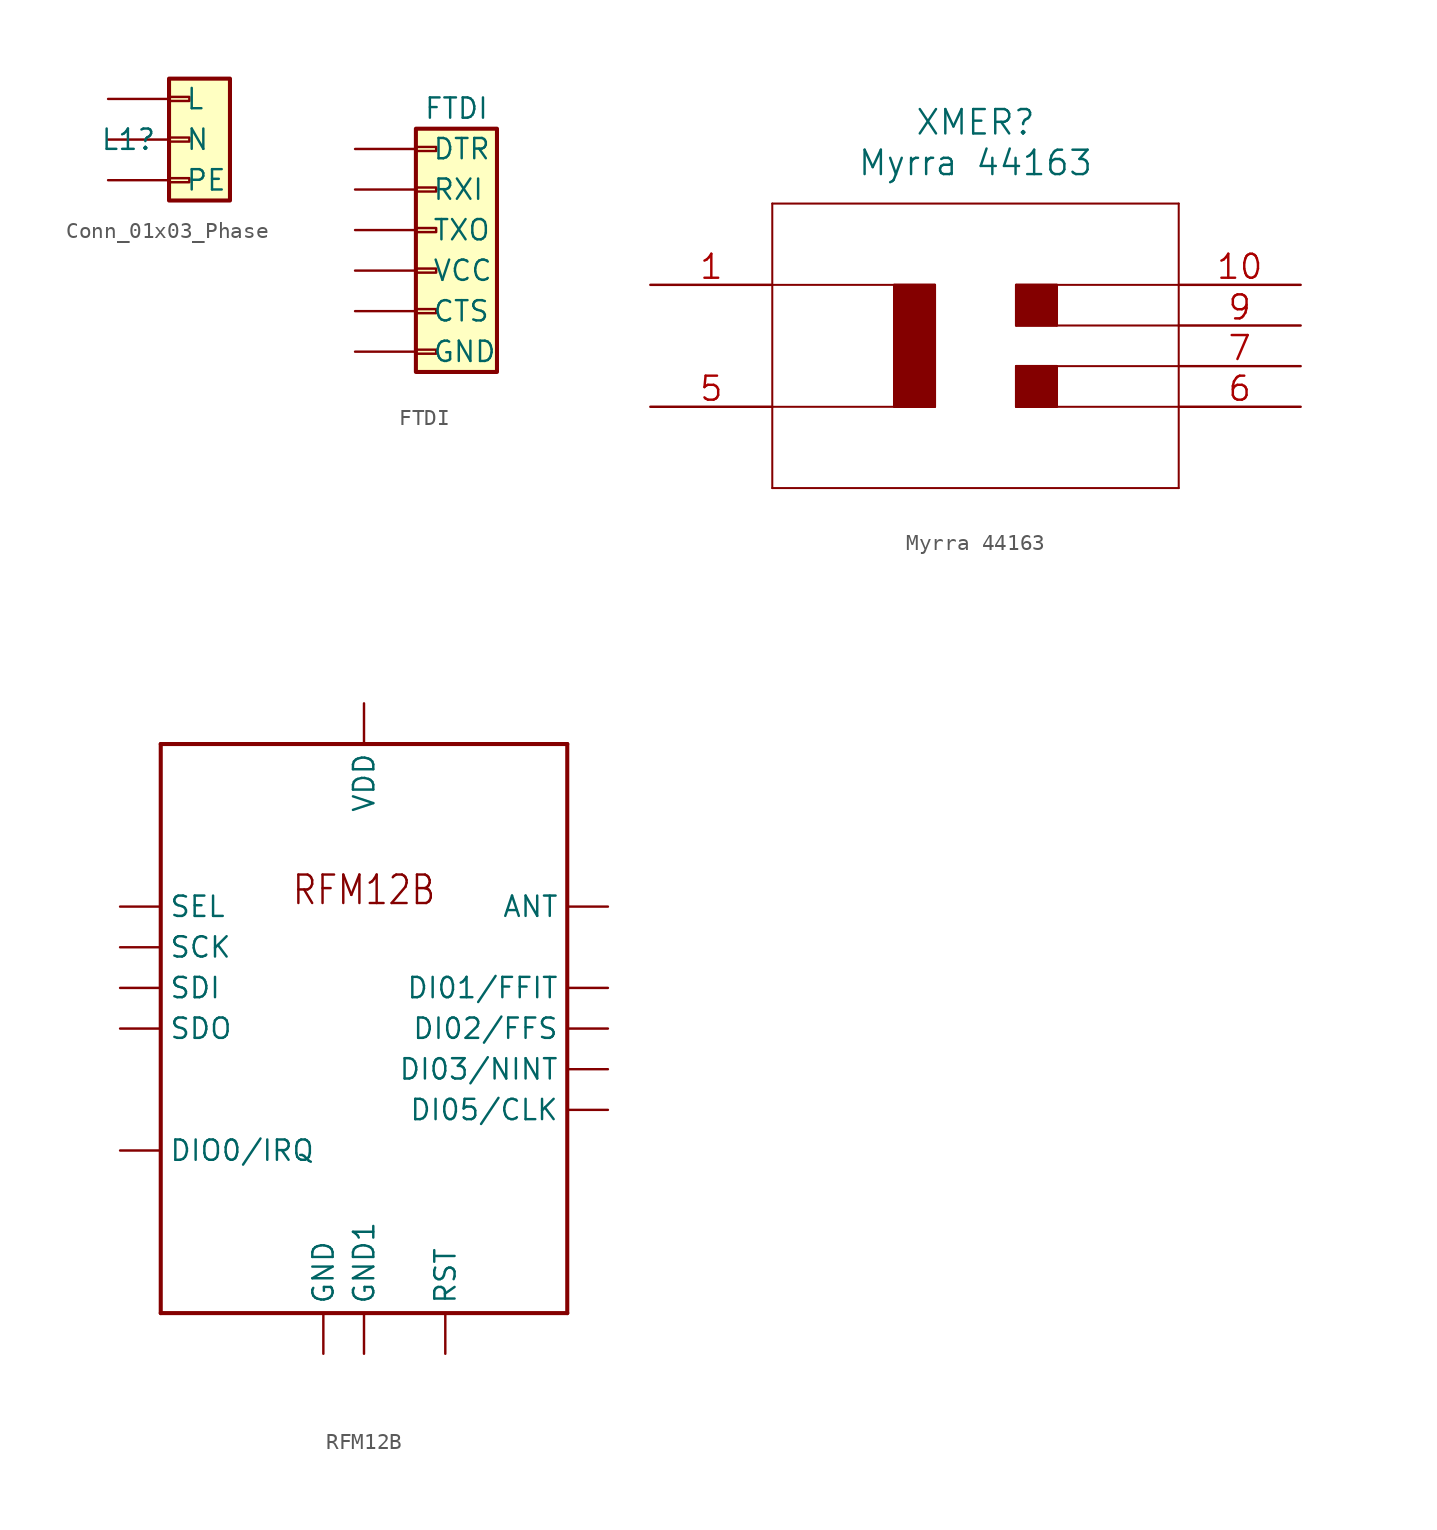
<source format=kicad_sym>
(kicad_symbol_lib
  (version 20211014)
  (generator kicad_symbol_editor)
  (symbol "Conn_01x03_Phase"
    (pin_numbers hide)
    (pin_names
      (offset 1.016))
    (property "Reference" "L1"
      (at -3.81 0 0)
      (effects (font (size 1.27 1.27))))
    (symbol "Conn_01x03_Phase_1_1"
      (rectangle (start -1.27 -2.413) (end 0 -2.667) (stroke (width 0.152) (type default) (color 0 0 0 0)) (fill (type none)))
      (rectangle (start -1.27 0.127) (end 0 -0.127) (stroke (width 0.152) (type default) (color 0 0 0 0)) (fill (type none)))
      (rectangle (start -1.27 2.667) (end 0 2.413) (stroke (width 0.152) (type default) (color 0 0 0 0)) (fill (type none)))
      (rectangle (start -1.27 3.81) (end 2.54 -3.81) (stroke (width 0.254) (type default) (color 0 0 0 0)) (fill (type background)))
      (pin passive line (at -5.08 -2.54 0) (length 3.81) (name "PE" (effects (font (size 1.27 1.27)))) (number "1" (effects (font (size 1.27 1.27)))))
      (pin power_out line (at -5.08 0 0) (length 3.81) (name "N" (effects (font (size 1.27 1.27)))) (number "2" (effects (font (size 1.27 1.27)))))
      (pin power_out line (at -5.08 2.54 0) (length 3.81) (name "L" (effects (font (size 1.27 1.27)))) (number "3" (effects (font (size 1.27 1.27)))))))
  (symbol "FTDI"
    (pin_numbers hide)
    (pin_names
      (offset 1.016))
    (property "Reference" "J"
      (at 0 7.62 0)
      (effects (font (size 1.27 1.27)) hide))
    (property "Value" "FTDI"
      (at 0 7.62 0)
      (effects (font (size 1.27 1.27))))
    (symbol "FTDI_1_1"
      (rectangle (start -2.54 -7.493) (end -1.27 -7.747) (stroke (width 0.152) (type default) (color 0 0 0 0)) (fill (type none)))
      (rectangle (start -2.54 -4.953) (end -1.27 -5.207) (stroke (width 0.152) (type default) (color 0 0 0 0)) (fill (type none)))
      (rectangle (start -2.54 -2.413) (end -1.27 -2.667) (stroke (width 0.152) (type default) (color 0 0 0 0)) (fill (type none)))
      (rectangle (start -2.54 0.127) (end -1.27 -0.127) (stroke (width 0.152) (type default) (color 0 0 0 0)) (fill (type none)))
      (rectangle (start -2.54 2.667) (end -1.27 2.413) (stroke (width 0.152) (type default) (color 0 0 0 0)) (fill (type none)))
      (rectangle (start -2.54 5.207) (end -1.27 4.953) (stroke (width 0.152) (type default) (color 0 0 0 0)) (fill (type none)))
      (rectangle (start -2.54 6.35) (end 2.54 -8.89) (stroke (width 0.254) (type default) (color 0 0 0 0)) (fill (type background)))
      (pin bidirectional line (at -6.35 5.08 0) (length 3.81) (name "DTR" (effects (font (size 1.27 1.27)))) (number "1" (effects (font (size 1.27 1.27)))))
      (pin input line (at -6.35 2.54 0) (length 3.81) (name "RXI" (effects (font (size 1.27 1.27)))) (number "2" (effects (font (size 1.27 1.27)))))
      (pin output line (at -6.35 0 0) (length 3.81) (name "TXO" (effects (font (size 1.27 1.27)))) (number "3" (effects (font (size 1.27 1.27)))))
      (pin power_in line (at -6.35 -2.54 0) (length 3.81) (name "VCC" (effects (font (size 1.27 1.27)))) (number "4" (effects (font (size 1.27 1.27)))))
      (pin passive line (at -6.35 -5.08 0) (length 3.81) (name "CTS" (effects (font (size 1.27 1.27)))) (number "5" (effects (font (size 1.27 1.27)))))
      (pin power_in line (at -6.35 -7.62 0) (length 3.81) (name "GND" (effects (font (size 1.27 1.27)))) (number "6" (effects (font (size 1.27 1.27)))))))
  (symbol "Myrra 44163"
    (pin_names
      (offset 0.254) hide)
    (property "Reference" "XMER"
      (at 20.32 10.16 0)
      (effects (font (size 1.524 1.524))))
    (property "Value" "Myrra 44163"
      (at 20.32 7.62 0)
      (effects (font (size 1.524 1.524))))
    (property "Datasheet" ""
      (at 0 0 0)
      (effects (font (size 1.524 1.524))))
    (symbol "Myrra 44163_1_1"
      (polyline (pts (xy 7.62 -12.7) (xy 33.02 -12.7)) (stroke (width 0.127) (type default) (color 0 0 0 0)) (fill (type none)))
      (polyline (pts (xy 7.62 0) (xy 17.78 0)) (stroke (width 0.127) (type default) (color 0 0 0 0)) (fill (type none)))
      (polyline (pts (xy 7.62 5.08) (xy 7.62 -12.7)) (stroke (width 0.127) (type default) (color 0 0 0 0)) (fill (type none)))
      (polyline (pts (xy 15.24 -7.62) (xy 15.24 0)) (stroke (width 0.127) (type default) (color 0 0 0 0)) (fill (type none)))
      (polyline (pts (xy 17.78 -7.62) (xy 7.62 -7.62)) (stroke (width 0.127) (type default) (color 0 0 0 0)) (fill (type none)))
      (polyline (pts (xy 17.78 0) (xy 17.78 -7.62)) (stroke (width 0.127) (type default) (color 0 0 0 0)) (fill (type none)))
      (polyline (pts (xy 22.86 -7.62) (xy 33.02 -7.62)) (stroke (width 0.127) (type default) (color 0 0 0 0)) (fill (type none)))
      (polyline (pts (xy 22.86 -5.08) (xy 22.86 -7.62)) (stroke (width 0.127) (type default) (color 0 0 0 0)) (fill (type none)))
      (polyline (pts (xy 22.86 -2.54) (xy 33.02 -2.54)) (stroke (width 0.127) (type default) (color 0 0 0 0)) (fill (type none)))
      (polyline (pts (xy 22.86 0) (xy 22.86 -2.54)) (stroke (width 0.127) (type default) (color 0 0 0 0)) (fill (type none)))
      (polyline (pts (xy 25.4 -5.08) (xy 25.4 -7.62)) (stroke (width 0.127) (type default) (color 0 0 0 0)) (fill (type none)))
      (polyline (pts (xy 25.4 0) (xy 25.4 -2.54)) (stroke (width 0.127) (type default) (color 0 0 0 0)) (fill (type none)))
      (polyline (pts (xy 33.02 -12.7) (xy 33.02 5.08)) (stroke (width 0.127) (type default) (color 0 0 0 0)) (fill (type none)))
      (polyline (pts (xy 33.02 -5.08) (xy 22.86 -5.08)) (stroke (width 0.127) (type default) (color 0 0 0 0)) (fill (type none)))
      (polyline (pts (xy 33.02 0) (xy 22.86 0)) (stroke (width 0.127) (type default) (color 0 0 0 0)) (fill (type none)))
      (polyline (pts (xy 33.02 5.08) (xy 7.62 5.08)) (stroke (width 0.127) (type default) (color 0 0 0 0)) (fill (type none)))
      (polyline (pts (xy 15.24 0) (xy 15.24 -7.62) (xy 17.78 -7.62) (xy 17.78 0) (xy 15.24 0)) (stroke (width 0) (type default) (color 0 0 0 0)) (fill (type outline)))
      (polyline (pts (xy 22.86 -5.08) (xy 22.86 -7.62) (xy 25.4 -7.62) (xy 25.4 -5.08) (xy 22.86 -5.08)) (stroke (width 0) (type default) (color 0 0 0 0)) (fill (type outline)))
      (polyline (pts (xy 22.86 0) (xy 22.86 -2.54) (xy 25.4 -2.54) (xy 25.4 0) (xy 22.86 0)) (stroke (width 0) (type default) (color 0 0 0 0)) (fill (type outline)))
      (pin power_in line (at 0 0 0) (length 7.62) (name "1" (effects (font (size 1.499 1.499)))) (number "1" (effects (font (size 1.499 1.499)))))
      (pin power_out line (at 40.64 0 180) (length 7.62) (name "10" (effects (font (size 1.499 1.499)))) (number "10" (effects (font (size 1.499 1.499)))))
      (pin power_in line (at 0 -7.62 0) (length 7.62) (name "5" (effects (font (size 1.499 1.499)))) (number "5" (effects (font (size 1.499 1.499)))))
      (pin power_out line (at 40.64 -7.62 180) (length 7.62) (name "6" (effects (font (size 1.499 1.499)))) (number "6" (effects (font (size 1.499 1.499)))))
      (pin power_out line (at 40.64 -5.08 180) (length 7.62) (name "7" (effects (font (size 1.499 1.499)))) (number "7" (effects (font (size 1.499 1.499)))))
      (pin power_out line (at 40.64 -2.54 180) (length 7.62) (name "9" (effects (font (size 1.499 1.499)))) (number "9" (effects (font (size 1.499 1.499)))))))
  (symbol "RFM12B"
    (property "Reference" "RF1"
      (at 0 8.89 0)
      (effects (font (size 1.27 1.27)) hide))
    (property "ki_locked" ""
      (at 0 0 0)
      (effects (font (size 1.27 1.27))))
    (symbol "RFM12B_1_0"
      (polyline (pts (xy -12.7 -15.24) (xy -12.7 20.32)) (stroke (width 0.254) (type default) (color 0 0 0 0)) (fill (type none)))
      (polyline (pts (xy -12.7 20.32) (xy 12.7 20.32)) (stroke (width 0.254) (type default) (color 0 0 0 0)) (fill (type none)))
      (polyline (pts (xy 12.7 -15.24) (xy -12.7 -15.24)) (stroke (width 0.254) (type default) (color 0 0 0 0)) (fill (type none)))
      (polyline (pts (xy 12.7 20.32) (xy 12.7 -15.24)) (stroke (width 0.254) (type default) (color 0 0 0 0)) (fill (type none)))
      (text "RFM12B" (at 0 10.16 0) (effects (font (size 1.778 1.511)) (justify bottom)))
      (pin passive line (at 15.24 10.16 180) (length 2.54) (name "ANT" (effects (font (size 1.27 1.27)))) (number "ANT" (effects (font (size 0 0)))))
      (pin passive line (at 15.24 -2.54 180) (length 2.54) (name "DI05/CLK" (effects (font (size 1.27 1.27)))) (number "CLK" (effects (font (size 0 0)))))
      (pin passive line (at 15.24 5.08 180) (length 2.54) (name "DI01/FFIT" (effects (font (size 1.27 1.27)))) (number "FFIT" (effects (font (size 0 0)))))
      (pin bidirectional line (at 15.24 2.54 180) (length 2.54) (name "DI02/FFS" (effects (font (size 1.27 1.27)))) (number "FFS" (effects (font (size 0 0)))))
      (pin power_in line (at -2.54 -17.78 90) (length 2.54) (name "GND" (effects (font (size 1.27 1.27)))) (number "GND" (effects (font (size 0 0)))))
      (pin power_in line (at 0 -17.78 90) (length 2.54) (name "GND1" (effects (font (size 1.27 1.27)))) (number "GND1" (effects (font (size 0 0)))))
      (pin open_collector line (at -15.24 -5.08 0) (length 2.54) (name "DIO0/IRQ" (effects (font (size 1.27 1.27)))) (number "IRQ" (effects (font (size 0 0)))))
      (pin passive line (at 15.24 0 180) (length 2.54) (name "DI03/NINT" (effects (font (size 1.27 1.27)))) (number "NINT" (effects (font (size 0 0)))))
      (pin open_collector line (at 5.08 -17.78 90) (length 2.54) (name "RST" (effects (font (size 1.27 1.27)))) (number "RST" (effects (font (size 0 0)))))
      (pin input line (at -15.24 7.62 0) (length 2.54) (name "SCK" (effects (font (size 1.27 1.27)))) (number "SCK" (effects (font (size 0 0)))))
      (pin input line (at -15.24 5.08 0) (length 2.54) (name "SDI" (effects (font (size 1.27 1.27)))) (number "SDI" (effects (font (size 0 0)))))
      (pin output line (at -15.24 2.54 0) (length 2.54) (name "SDO" (effects (font (size 1.27 1.27)))) (number "SDO" (effects (font (size 0 0)))))
      (pin input line (at -15.24 10.16 0) (length 2.54) (name "SEL" (effects (font (size 1.27 1.27)))) (number "SEL" (effects (font (size 0 0)))))
      (pin power_in line (at 0 22.86 270) (length 2.54) (name "VDD" (effects (font (size 1.27 1.27)))) (number "VDD" (effects (font (size 0 0))))))))
</source>
